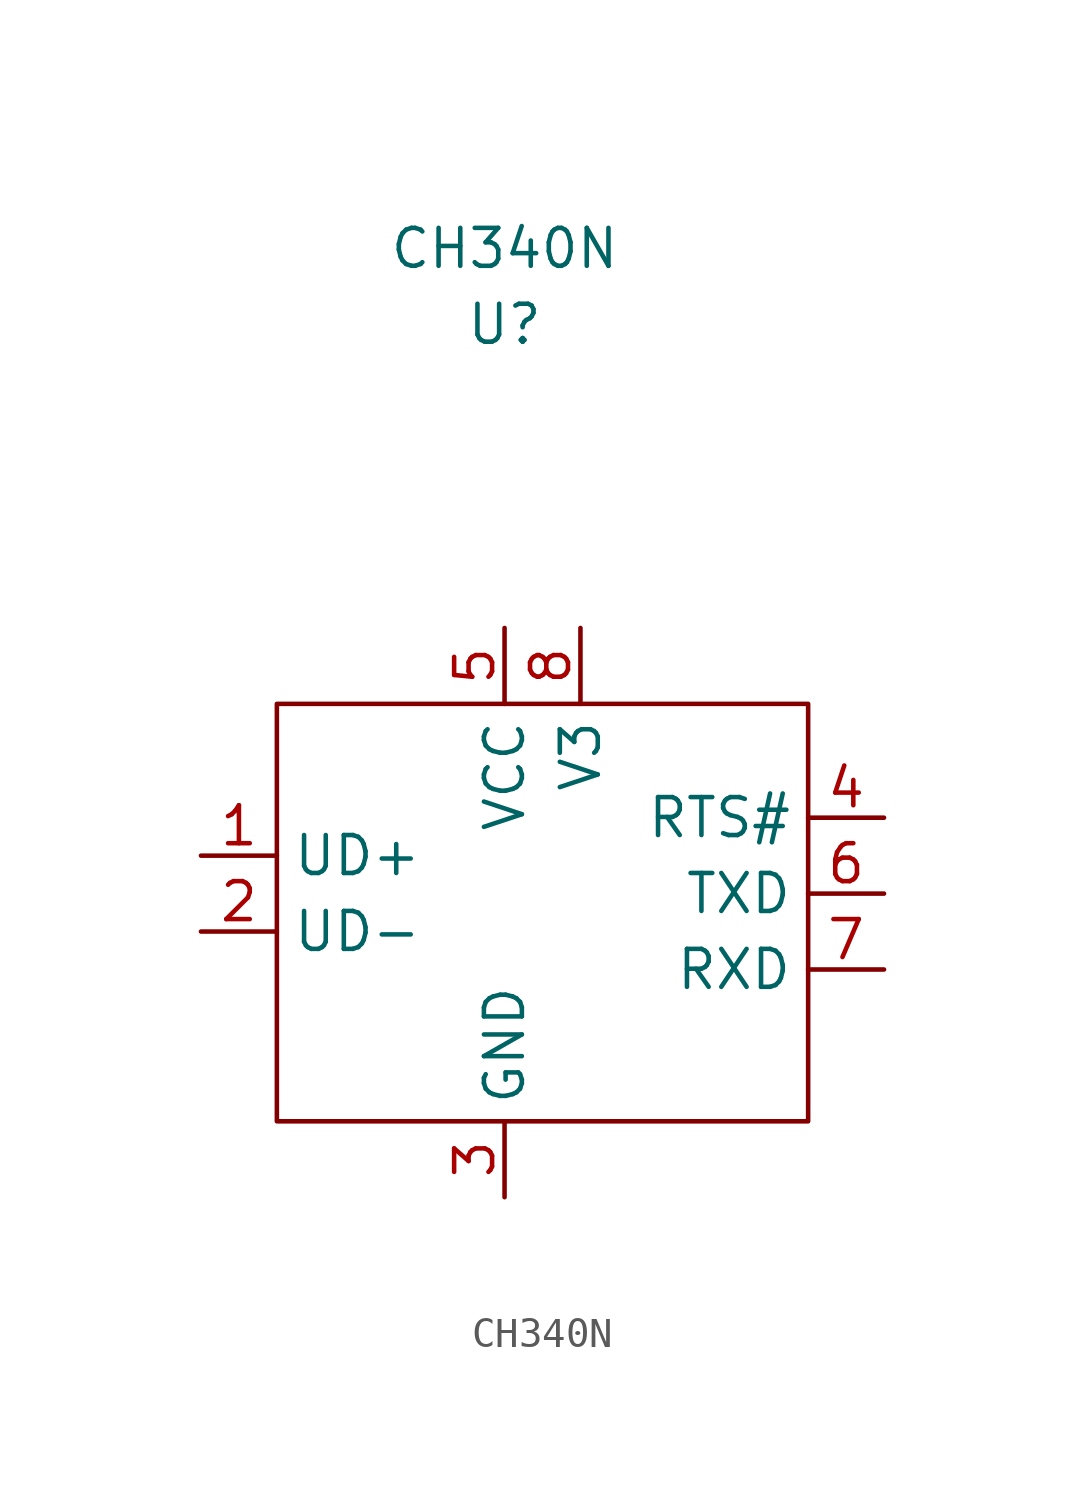
<source format=kicad_sym>
(kicad_symbol_lib
  (version 20211014)
  (generator kicad_symbol_editor)
  (symbol "CH340N"
    (property "Reference" "U"
      (at 0 7.62 0)
      (effects (font (size 1.27 1.27))))
    (property "Value" "CH340N"
      (at 0 10.16 0)
      (effects (font (size 1.27 1.27))))
    (symbol "CH340N_0_0"
      (pin input line (at -10.16 -10.16 0) (length 2.54) (name "UD+" (effects (font (size 1.27 1.27)))) (number "1" (effects (font (size 1.27 1.27)))))
      (pin input line (at -10.16 -12.7 0) (length 2.54) (name "UD-" (effects (font (size 1.27 1.27)))) (number "2" (effects (font (size 1.27 1.27)))))
      (pin power_in line (at 0 -21.59 90) (length 2.54) (name "GND" (effects (font (size 1.27 1.27)))) (number "3" (effects (font (size 1.27 1.27)))))
      (pin output line (at 12.7 -8.89 180) (length 2.54) (name "RTS#" (effects (font (size 1.27 1.27)))) (number "4" (effects (font (size 1.27 1.27)))))
      (pin power_in line (at 0 -2.54 270) (length 2.54) (name "VCC" (effects (font (size 1.27 1.27)))) (number "5" (effects (font (size 1.27 1.27)))))
      (pin output line (at 12.7 -11.43 180) (length 2.54) (name "TXD" (effects (font (size 1.27 1.27)))) (number "6" (effects (font (size 1.27 1.27)))))
      (pin output line (at 12.7 -13.97 180) (length 2.54) (name "RXD" (effects (font (size 1.27 1.27)))) (number "7" (effects (font (size 1.27 1.27)))))
      (pin power_in line (at 2.54 -2.54 270) (length 2.54) (name "V3" (effects (font (size 1.27 1.27)))) (number "8" (effects (font (size 1.27 1.27))))))
    (symbol "CH340N_0_1"
      (rectangle (start -7.62 -5.08) (end 10.16 -19.05) (stroke (width 0) (type default) (color 0 0 0 0)) (fill (type none))))))
</source>
